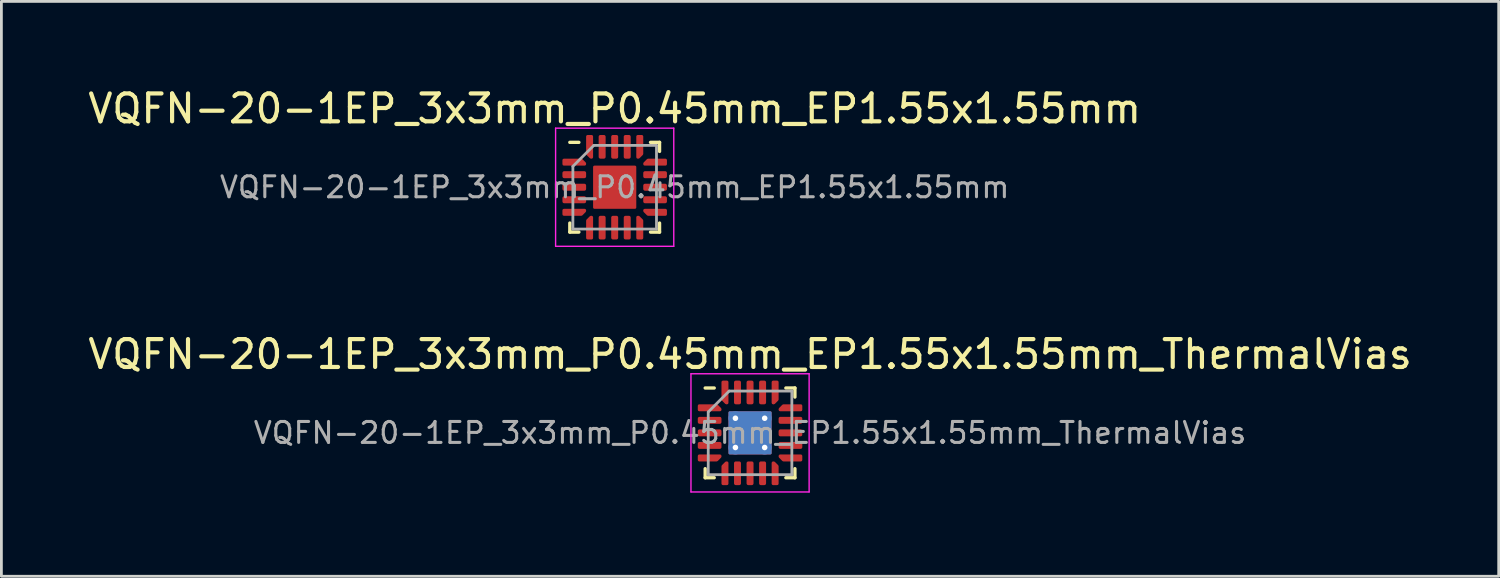
<source format=kicad_pcb>
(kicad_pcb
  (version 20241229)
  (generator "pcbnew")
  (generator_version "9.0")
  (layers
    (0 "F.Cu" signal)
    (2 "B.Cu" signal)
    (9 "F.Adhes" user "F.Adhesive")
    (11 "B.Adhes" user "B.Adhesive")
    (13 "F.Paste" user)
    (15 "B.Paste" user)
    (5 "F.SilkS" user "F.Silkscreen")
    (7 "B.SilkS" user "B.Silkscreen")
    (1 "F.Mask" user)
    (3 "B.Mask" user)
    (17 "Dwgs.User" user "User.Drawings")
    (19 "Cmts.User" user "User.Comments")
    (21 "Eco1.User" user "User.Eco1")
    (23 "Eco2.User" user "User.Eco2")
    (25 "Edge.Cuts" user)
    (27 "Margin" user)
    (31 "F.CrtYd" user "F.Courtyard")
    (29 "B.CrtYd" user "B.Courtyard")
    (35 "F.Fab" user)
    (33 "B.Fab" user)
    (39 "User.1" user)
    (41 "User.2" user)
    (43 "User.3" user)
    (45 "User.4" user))
  (footprint "VQFN-20-1EP_3x3mm_P0.45mm_EP1.55x1.55mm"
    (layer "F.Cu")
    (at 19.006 3.668)
    (property "Reference" "VQFN-20-1EP_3x3mm_P0.45mm_EP1.55x1.55mm" (at 0 -2.82 0) (layer "F.SilkS") (effects (font (size 1 1) (thickness 0.15))))
    (attr smd)
    (fp_line (start -1.61 1.61) (end -1.61 1.285) (stroke (width 0.12) (type solid)) (layer "F.SilkS"))
    (fp_line (start -1.285 -1.61) (end -1.61 -1.61) (stroke (width 0.12) (type solid)) (layer "F.SilkS"))
    (fp_line (start -1.285 1.61) (end -1.61 1.61) (stroke (width 0.12) (type solid)) (layer "F.SilkS"))
    (fp_line (start 1.285 -1.61) (end 1.61 -1.61) (stroke (width 0.12) (type solid)) (layer "F.SilkS"))
    (fp_line (start 1.285 1.61) (end 1.61 1.61) (stroke (width 0.12) (type solid)) (layer "F.SilkS"))
    (fp_line (start 1.61 -1.61) (end 1.61 -1.285) (stroke (width 0.12) (type solid)) (layer "F.SilkS"))
    (fp_line (start 1.61 1.61) (end 1.61 1.285) (stroke (width 0.12) (type solid)) (layer "F.SilkS"))
    (fp_line (start -2.12 -2.12) (end -2.12 2.12) (stroke (width 0.05) (type solid)) (layer "F.CrtYd"))
    (fp_line (start -2.12 2.12) (end 2.12 2.12) (stroke (width 0.05) (type solid)) (layer "F.CrtYd"))
    (fp_line (start 2.12 -2.12) (end -2.12 -2.12) (stroke (width 0.05) (type solid)) (layer "F.CrtYd"))
    (fp_line (start 2.12 2.12) (end 2.12 -2.12) (stroke (width 0.05) (type solid)) (layer "F.CrtYd"))
    (fp_line (start -1.5 -0.75) (end -0.75 -1.5) (stroke (width 0.1) (type solid)) (layer "F.Fab"))
    (fp_line (start -1.5 1.5) (end -1.5 -0.75) (stroke (width 0.1) (type solid)) (layer "F.Fab"))
    (fp_line (start -0.75 -1.5) (end 1.5 -1.5) (stroke (width 0.1) (type solid)) (layer "F.Fab"))
    (fp_line (start 1.5 -1.5) (end 1.5 1.5) (stroke (width 0.1) (type solid)) (layer "F.Fab"))
    (fp_line (start 1.5 1.5) (end -1.5 1.5) (stroke (width 0.1) (type solid)) (layer "F.Fab"))
    (fp_text user "${REFERENCE}" (at 0 0 0) (layer "F.Fab") (effects (font (size 0.75 0.75) (thickness 0.11))))
    (pad "" smd roundrect (at -0.39 -0.39) (size 0.62 0.62) (layers "F.Paste") (roundrect_rratio 0.25))
    (pad "" smd roundrect (at -0.39 0.39) (size 0.62 0.62) (layers "F.Paste") (roundrect_rratio 0.25))
    (pad "" smd roundrect (at 0.39 -0.39) (size 0.62 0.62) (layers "F.Paste") (roundrect_rratio 0.25))
    (pad "" smd roundrect (at 0.39 0.39) (size 0.62 0.62) (layers "F.Paste") (roundrect_rratio 0.25))
    (pad "1" smd custom (at -1.45 -0.9) (size 0.144 0.144) (layers "F.Cu" "F.Mask" "F.Paste") (options (anchor circle)) (primitives (gr_poly (pts (xy -0.375 -0.075) (xy 0.254 -0.075) (xy 0.375 0.046) (xy 0.375 0.075) (xy -0.375 0.075)) (width 0.1) (fill yes))))
    (pad "2" smd roundrect (at -1.45 -0.45) (size 0.85 0.25) (layers "F.Cu" "F.Mask" "F.Paste") (roundrect_rratio 0.25))
    (pad "3" smd roundrect (at -1.45 0) (size 0.85 0.25) (layers "F.Cu" "F.Mask" "F.Paste") (roundrect_rratio 0.25))
    (pad "4" smd roundrect (at -1.45 0.45) (size 0.85 0.25) (layers "F.Cu" "F.Mask" "F.Paste") (roundrect_rratio 0.25))
    (pad "5" smd custom (at -1.45 0.9) (size 0.144 0.144) (layers "F.Cu" "F.Mask" "F.Paste") (options (anchor circle)) (primitives (gr_poly (pts (xy -0.375 -0.075) (xy 0.375 -0.075) (xy 0.375 -0.046) (xy 0.254 0.075) (xy -0.375 0.075)) (width 0.1) (fill yes))))
    (pad "6" smd custom (at -0.9 1.45) (size 0.144 0.144) (layers "F.Cu" "F.Mask" "F.Paste") (options (anchor circle)) (primitives (gr_poly (pts (xy -0.075 -0.254) (xy 0.046 -0.375) (xy 0.075 -0.375) (xy 0.075 0.375) (xy -0.075 0.375)) (width 0.1) (fill yes))))
    (pad "7" smd roundrect (at -0.45 1.45) (size 0.25 0.85) (layers "F.Cu" "F.Mask" "F.Paste") (roundrect_rratio 0.25))
    (pad "8" smd roundrect (at 0 1.45) (size 0.25 0.85) (layers "F.Cu" "F.Mask" "F.Paste") (roundrect_rratio 0.25))
    (pad "9" smd roundrect (at 0.45 1.45) (size 0.25 0.85) (layers "F.Cu" "F.Mask" "F.Paste") (roundrect_rratio 0.25))
    (pad "10" smd custom (at 0.9 1.45) (size 0.144 0.144) (layers "F.Cu" "F.Mask" "F.Paste") (options (anchor circle)) (primitives (gr_poly (pts (xy -0.075 -0.375) (xy -0.046 -0.375) (xy 0.075 -0.254) (xy 0.075 0.375) (xy -0.075 0.375)) (width 0.1) (fill yes))))
    (pad "11" smd custom (at 1.45 0.9) (size 0.144 0.144) (layers "F.Cu" "F.Mask" "F.Paste") (options (anchor circle)) (primitives (gr_poly (pts (xy -0.375 -0.075) (xy 0.375 -0.075) (xy 0.375 0.075) (xy -0.254 0.075) (xy -0.375 -0.046)) (width 0.1) (fill yes))))
    (pad "12" smd roundrect (at 1.45 0.45) (size 0.85 0.25) (layers "F.Cu" "F.Mask" "F.Paste") (roundrect_rratio 0.25))
    (pad "13" smd roundrect (at 1.45 0) (size 0.85 0.25) (layers "F.Cu" "F.Mask" "F.Paste") (roundrect_rratio 0.25))
    (pad "14" smd roundrect (at 1.45 -0.45) (size 0.85 0.25) (layers "F.Cu" "F.Mask" "F.Paste") (roundrect_rratio 0.25))
    (pad "15" smd custom (at 1.45 -0.9) (size 0.144 0.144) (layers "F.Cu" "F.Mask" "F.Paste") (options (anchor circle)) (primitives (gr_poly (pts (xy -0.375 0.046) (xy -0.254 -0.075) (xy 0.375 -0.075) (xy 0.375 0.075) (xy -0.375 0.075)) (width 0.1) (fill yes))))
    (pad "16" smd custom (at 0.9 -1.45) (size 0.144 0.144) (layers "F.Cu" "F.Mask" "F.Paste") (options (anchor circle)) (primitives (gr_poly (pts (xy -0.075 -0.375) (xy 0.075 -0.375) (xy 0.075 0.254) (xy -0.046 0.375) (xy -0.075 0.375)) (width 0.1) (fill yes))))
    (pad "17" smd roundrect (at 0.45 -1.45) (size 0.25 0.85) (layers "F.Cu" "F.Mask" "F.Paste") (roundrect_rratio 0.25))
    (pad "18" smd roundrect (at 0 -1.45) (size 0.25 0.85) (layers "F.Cu" "F.Mask" "F.Paste") (roundrect_rratio 0.25))
    (pad "19" smd roundrect (at -0.45 -1.45) (size 0.25 0.85) (layers "F.Cu" "F.Mask" "F.Paste") (roundrect_rratio 0.25))
    (pad "20" smd custom (at -0.9 -1.45) (size 0.144 0.144) (layers "F.Cu" "F.Mask" "F.Paste") (options (anchor circle)) (primitives (gr_poly (pts (xy -0.075 -0.375) (xy 0.075 -0.375) (xy 0.075 0.375) (xy 0.046 0.375) (xy -0.075 0.254)) (width 0.1) (fill yes))))
    (pad "21" smd roundrect (at 0 0) (size 1.55 1.55) (layers "F.Cu" "F.Mask") (roundrect_rratio 0.032)))
  (footprint "VQFN-20-1EP_3x3mm_P0.45mm_EP1.55x1.55mm_ThermalVias"
    (layer "F.Cu")
    (at 23.863 12.482)
    (property "Reference" "VQFN-20-1EP_3x3mm_P0.45mm_EP1.55x1.55mm_ThermalVias" (at 0 -2.82 0) (layer "F.SilkS") (effects (font (size 1 1) (thickness 0.15))))
    (attr smd)
    (fp_line (start -1.61 1.61) (end -1.61 1.285) (stroke (width 0.12) (type solid)) (layer "F.SilkS"))
    (fp_line (start -1.285 -1.61) (end -1.61 -1.61) (stroke (width 0.12) (type solid)) (layer "F.SilkS"))
    (fp_line (start -1.285 1.61) (end -1.61 1.61) (stroke (width 0.12) (type solid)) (layer "F.SilkS"))
    (fp_line (start 1.285 -1.61) (end 1.61 -1.61) (stroke (width 0.12) (type solid)) (layer "F.SilkS"))
    (fp_line (start 1.285 1.61) (end 1.61 1.61) (stroke (width 0.12) (type solid)) (layer "F.SilkS"))
    (fp_line (start 1.61 -1.61) (end 1.61 -1.285) (stroke (width 0.12) (type solid)) (layer "F.SilkS"))
    (fp_line (start 1.61 1.61) (end 1.61 1.285) (stroke (width 0.12) (type solid)) (layer "F.SilkS"))
    (fp_line (start -2.12 -2.12) (end -2.12 2.12) (stroke (width 0.05) (type solid)) (layer "F.CrtYd"))
    (fp_line (start -2.12 2.12) (end 2.12 2.12) (stroke (width 0.05) (type solid)) (layer "F.CrtYd"))
    (fp_line (start 2.12 -2.12) (end -2.12 -2.12) (stroke (width 0.05) (type solid)) (layer "F.CrtYd"))
    (fp_line (start 2.12 2.12) (end 2.12 -2.12) (stroke (width 0.05) (type solid)) (layer "F.CrtYd"))
    (fp_line (start -1.5 -0.75) (end -0.75 -1.5) (stroke (width 0.1) (type solid)) (layer "F.Fab"))
    (fp_line (start -1.5 1.5) (end -1.5 -0.75) (stroke (width 0.1) (type solid)) (layer "F.Fab"))
    (fp_line (start -0.75 -1.5) (end 1.5 -1.5) (stroke (width 0.1) (type solid)) (layer "F.Fab"))
    (fp_line (start 1.5 -1.5) (end 1.5 1.5) (stroke (width 0.1) (type solid)) (layer "F.Fab"))
    (fp_line (start 1.5 1.5) (end -1.5 1.5) (stroke (width 0.1) (type solid)) (layer "F.Fab"))
    (fp_text user "${REFERENCE}" (at 0 0 0) (layer "F.Fab") (effects (font (size 0.75 0.75) (thickness 0.11))))
    (pad "" smd roundrect (at -0.39 -0.39) (size 0.67 0.67) (layers "F.Paste") (roundrect_rratio 0.25))
    (pad "" smd roundrect (at -0.39 0.39) (size 0.67 0.67) (layers "F.Paste") (roundrect_rratio 0.25))
    (pad "" smd roundrect (at 0.39 -0.39) (size 0.67 0.67) (layers "F.Paste") (roundrect_rratio 0.25))
    (pad "" smd roundrect (at 0.39 0.39) (size 0.67 0.67) (layers "F.Paste") (roundrect_rratio 0.25))
    (pad "1" smd custom (at -1.45 -0.9) (size 0.144 0.144) (layers "F.Cu" "F.Mask" "F.Paste") (options (anchor circle)) (primitives (gr_poly (pts (xy -0.375 -0.075) (xy 0.254 -0.075) (xy 0.375 0.046) (xy 0.375 0.075) (xy -0.375 0.075)) (width 0.1) (fill yes))))
    (pad "2" smd roundrect (at -1.45 -0.45) (size 0.85 0.25) (layers "F.Cu" "F.Mask" "F.Paste") (roundrect_rratio 0.25))
    (pad "3" smd roundrect (at -1.45 0) (size 0.85 0.25) (layers "F.Cu" "F.Mask" "F.Paste") (roundrect_rratio 0.25))
    (pad "4" smd roundrect (at -1.45 0.45) (size 0.85 0.25) (layers "F.Cu" "F.Mask" "F.Paste") (roundrect_rratio 0.25))
    (pad "5" smd custom (at -1.45 0.9) (size 0.144 0.144) (layers "F.Cu" "F.Mask" "F.Paste") (options (anchor circle)) (primitives (gr_poly (pts (xy -0.375 -0.075) (xy 0.375 -0.075) (xy 0.375 -0.046) (xy 0.254 0.075) (xy -0.375 0.075)) (width 0.1) (fill yes))))
    (pad "6" smd custom (at -0.9 1.45) (size 0.144 0.144) (layers "F.Cu" "F.Mask" "F.Paste") (options (anchor circle)) (primitives (gr_poly (pts (xy -0.075 -0.254) (xy 0.046 -0.375) (xy 0.075 -0.375) (xy 0.075 0.375) (xy -0.075 0.375)) (width 0.1) (fill yes))))
    (pad "7" smd roundrect (at -0.45 1.45) (size 0.25 0.85) (layers "F.Cu" "F.Mask" "F.Paste") (roundrect_rratio 0.25))
    (pad "8" smd roundrect (at 0 1.45) (size 0.25 0.85) (layers "F.Cu" "F.Mask" "F.Paste") (roundrect_rratio 0.25))
    (pad "9" smd roundrect (at 0.45 1.45) (size 0.25 0.85) (layers "F.Cu" "F.Mask" "F.Paste") (roundrect_rratio 0.25))
    (pad "10" smd custom (at 0.9 1.45) (size 0.144 0.144) (layers "F.Cu" "F.Mask" "F.Paste") (options (anchor circle)) (primitives (gr_poly (pts (xy -0.075 -0.375) (xy -0.046 -0.375) (xy 0.075 -0.254) (xy 0.075 0.375) (xy -0.075 0.375)) (width 0.1) (fill yes))))
    (pad "11" smd custom (at 1.45 0.9) (size 0.144 0.144) (layers "F.Cu" "F.Mask" "F.Paste") (options (anchor circle)) (primitives (gr_poly (pts (xy -0.375 -0.075) (xy 0.375 -0.075) (xy 0.375 0.075) (xy -0.254 0.075) (xy -0.375 -0.046)) (width 0.1) (fill yes))))
    (pad "12" smd roundrect (at 1.45 0.45) (size 0.85 0.25) (layers "F.Cu" "F.Mask" "F.Paste") (roundrect_rratio 0.25))
    (pad "13" smd roundrect (at 1.45 0) (size 0.85 0.25) (layers "F.Cu" "F.Mask" "F.Paste") (roundrect_rratio 0.25))
    (pad "14" smd roundrect (at 1.45 -0.45) (size 0.85 0.25) (layers "F.Cu" "F.Mask" "F.Paste") (roundrect_rratio 0.25))
    (pad "15" smd custom (at 1.45 -0.9) (size 0.144 0.144) (layers "F.Cu" "F.Mask" "F.Paste") (options (anchor circle)) (primitives (gr_poly (pts (xy -0.375 0.046) (xy -0.254 -0.075) (xy 0.375 -0.075) (xy 0.375 0.075) (xy -0.375 0.075)) (width 0.1) (fill yes))))
    (pad "16" smd custom (at 0.9 -1.45) (size 0.144 0.144) (layers "F.Cu" "F.Mask" "F.Paste") (options (anchor circle)) (primitives (gr_poly (pts (xy -0.075 -0.375) (xy 0.075 -0.375) (xy 0.075 0.254) (xy -0.046 0.375) (xy -0.075 0.375)) (width 0.1) (fill yes))))
    (pad "17" smd roundrect (at 0.45 -1.45) (size 0.25 0.85) (layers "F.Cu" "F.Mask" "F.Paste") (roundrect_rratio 0.25))
    (pad "18" smd roundrect (at 0 -1.45) (size 0.25 0.85) (layers "F.Cu" "F.Mask" "F.Paste") (roundrect_rratio 0.25))
    (pad "19" smd roundrect (at -0.45 -1.45) (size 0.25 0.85) (layers "F.Cu" "F.Mask" "F.Paste") (roundrect_rratio 0.25))
    (pad "20" smd custom (at -0.9 -1.45) (size 0.144 0.144) (layers "F.Cu" "F.Mask" "F.Paste") (options (anchor circle)) (primitives (gr_poly (pts (xy -0.075 -0.375) (xy 0.075 -0.375) (xy 0.075 0.375) (xy 0.046 0.375) (xy -0.075 0.254)) (width 0.1) (fill yes))))
    (pad "21" thru_hole circle (at -0.525 -0.525) (size 0.5 0.5) (drill 0.2) (layers "*.Cu"))
    (pad "21" thru_hole circle (at -0.525 0.525) (size 0.5 0.5) (drill 0.2) (layers "*.Cu"))
    (pad "21" smd roundrect (at 0 0) (size 1.55 1.55) (layers "F.Cu" "F.Mask") (roundrect_rratio 0.032))
    (pad "21" smd roundrect (at 0 0) (size 1.55 1.55) (layers "B.Cu") (roundrect_rratio 0.032))
    (pad "21" thru_hole circle (at 0.525 -0.525) (size 0.5 0.5) (drill 0.2) (layers "*.Cu"))
    (pad "21" thru_hole circle (at 0.525 0.525) (size 0.5 0.5) (drill 0.2) (layers "*.Cu")))
  (gr_rect
    (start -3 -3)
    (end 50.726 17.627)
    (stroke (width 0.1) (type default))
    (fill no)
    (layer "Edge.Cuts")))
</source>
